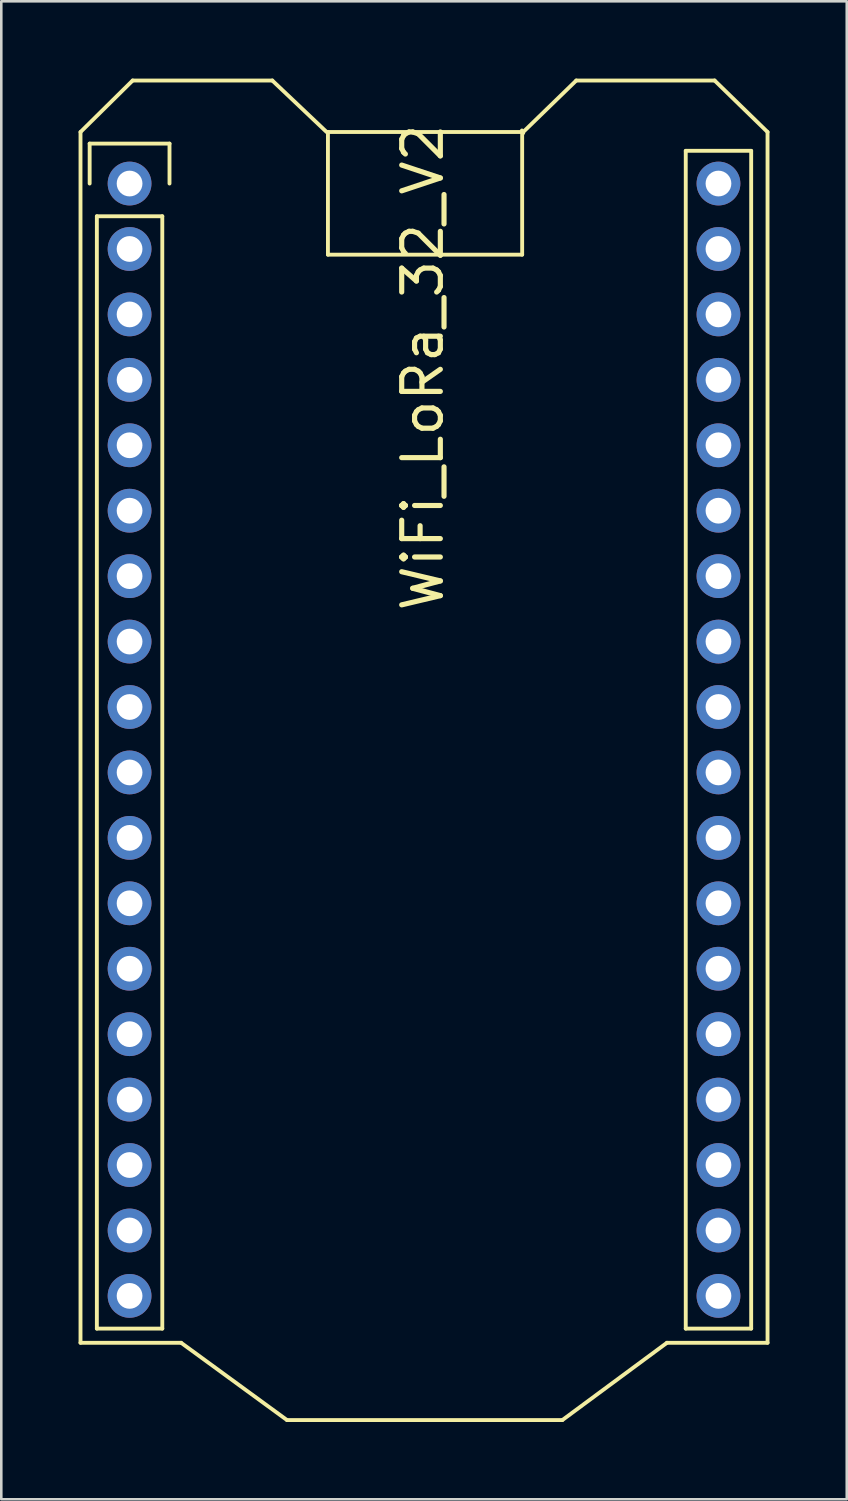
<source format=kicad_pcb>
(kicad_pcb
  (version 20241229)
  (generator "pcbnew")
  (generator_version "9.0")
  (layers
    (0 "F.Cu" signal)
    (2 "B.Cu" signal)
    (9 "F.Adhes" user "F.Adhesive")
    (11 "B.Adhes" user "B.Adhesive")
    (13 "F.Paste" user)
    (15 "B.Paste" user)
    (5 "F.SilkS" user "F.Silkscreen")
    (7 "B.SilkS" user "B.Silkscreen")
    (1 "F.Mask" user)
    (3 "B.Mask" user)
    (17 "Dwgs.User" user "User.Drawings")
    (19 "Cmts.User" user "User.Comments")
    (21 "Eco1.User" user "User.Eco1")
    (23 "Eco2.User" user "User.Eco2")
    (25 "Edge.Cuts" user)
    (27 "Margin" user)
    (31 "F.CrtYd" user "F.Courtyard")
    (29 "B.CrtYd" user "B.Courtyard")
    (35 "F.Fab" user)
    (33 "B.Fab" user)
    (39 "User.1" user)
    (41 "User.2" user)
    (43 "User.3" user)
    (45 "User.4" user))
  (footprint "WiFi_LoRa_32_V2"
    (layer "F.Cu")
    (at 1.98 4.075)
    (property "Reference" "WiFi_LoRa_32_V2" (at 11.38 7.14 270) (layer "F.SilkS") (effects (font (size 1.5 1.5) (thickness 0.2))))
    (attr through_hole)
    (fp_line (start -1.905 45) (end -1.905 -2) (stroke (width 0.15) (type solid)) (layer "F.SilkS"))
    (fp_line (start -1.55 -1.55) (end 1.55 -1.55) (stroke (width 0.15) (type solid)) (layer "F.SilkS"))
    (fp_line (start -1.55 0) (end -1.55 -1.55) (stroke (width 0.15) (type solid)) (layer "F.SilkS"))
    (fp_line (start -1.27 1.27) (end -1.27 44.45) (stroke (width 0.15) (type solid)) (layer "F.SilkS"))
    (fp_line (start -1.27 44.45) (end 1.27 44.45) (stroke (width 0.15) (type solid)) (layer "F.SilkS"))
    (fp_line (start 0.12 -4) (end -1.905 -2) (stroke (width 0.15) (type solid)) (layer "F.SilkS"))
    (fp_line (start 0.12 -4) (end 5.54 -4) (stroke (width 0.15) (type solid)) (layer "F.SilkS"))
    (fp_line (start 1.27 1.27) (end -1.27 1.27) (stroke (width 0.15) (type solid)) (layer "F.SilkS"))
    (fp_line (start 1.27 44.45) (end 1.27 1.27) (stroke (width 0.15) (type solid)) (layer "F.SilkS"))
    (fp_line (start 1.55 -1.55) (end 1.55 0) (stroke (width 0.15) (type solid)) (layer "F.SilkS"))
    (fp_line (start 2 45) (end -1.905 45) (stroke (width 0.15) (type solid)) (layer "F.SilkS"))
    (fp_line (start 6.11 48) (end 2 45) (stroke (width 0.15) (type solid)) (layer "F.SilkS"))
    (fp_line (start 6.11 48) (end 16.8 48) (stroke (width 0.15) (type solid)) (layer "F.SilkS"))
    (fp_line (start 7.65 -2) (end 5.54 -4) (stroke (width 0.15) (type solid)) (layer "F.SilkS"))
    (fp_line (start 7.7 -2) (end 15.24 -2) (stroke (width 0.15) (type solid)) (layer "F.SilkS"))
    (fp_line (start 7.7 2.76) (end 7.7 -2) (stroke (width 0.15) (type solid)) (layer "F.SilkS"))
    (fp_line (start 7.7 2.76) (end 15.24 2.76) (stroke (width 0.15) (type solid)) (layer "F.SilkS"))
    (fp_line (start 15.24 -2) (end 15.24 2.76) (stroke (width 0.15) (type solid)) (layer "F.SilkS"))
    (fp_line (start 15.28 -1.96) (end 15.23 -2.06) (stroke (width 0.15) (type solid)) (layer "F.SilkS"))
    (fp_line (start 17.34 -4) (end 15.28 -2) (stroke (width 0.15) (type solid)) (layer "F.SilkS"))
    (fp_line (start 17.34 -4) (end 22.71 -4) (stroke (width 0.15) (type solid)) (layer "F.SilkS"))
    (fp_line (start 20.86 45) (end 16.8 48) (stroke (width 0.15) (type solid)) (layer "F.SilkS"))
    (fp_line (start 21.59 -1.27) (end 21.59 44.45) (stroke (width 0.15) (type solid)) (layer "F.SilkS"))
    (fp_line (start 21.59 44.45) (end 24.13 44.45) (stroke (width 0.15) (type solid)) (layer "F.SilkS"))
    (fp_line (start 24.13 -1.27) (end 21.59 -1.27) (stroke (width 0.15) (type solid)) (layer "F.SilkS"))
    (fp_line (start 24.13 44.45) (end 24.13 -1.27) (stroke (width 0.15) (type solid)) (layer "F.SilkS"))
    (fp_line (start 24.765 -2) (end 22.71 -4) (stroke (width 0.15) (type solid)) (layer "F.SilkS"))
    (fp_line (start 24.765 -2) (end 24.765 45) (stroke (width 0.15) (type solid)) (layer "F.SilkS"))
    (fp_line (start 24.765 45) (end 20.86 45) (stroke (width 0.15) (type solid)) (layer "F.SilkS"))
    (pad "1" thru_hole circle (at 0 0) (size 1.7 1.7) (drill 1) (layers "*.Cu" "*.Mask"))
    (pad "2" thru_hole circle (at 0 2.54) (size 1.7 1.7) (drill 1) (layers "*.Cu" "*.Mask"))
    (pad "3" thru_hole circle (at 0 5.08) (size 1.7 1.7) (drill 1) (layers "*.Cu" "*.Mask"))
    (pad "4" thru_hole circle (at 0 7.62) (size 1.7 1.7) (drill 1) (layers "*.Cu" "*.Mask"))
    (pad "5" thru_hole circle (at 0 10.16) (size 1.7 1.7) (drill 1) (layers "*.Cu" "*.Mask"))
    (pad "6" thru_hole circle (at 0 12.7) (size 1.7 1.7) (drill 1) (layers "*.Cu" "*.Mask"))
    (pad "7" thru_hole circle (at 0 15.24) (size 1.7 1.7) (drill 1) (layers "*.Cu" "*.Mask"))
    (pad "8" thru_hole circle (at 0 17.78) (size 1.7 1.7) (drill 1) (layers "*.Cu" "*.Mask"))
    (pad "9" thru_hole circle (at 0 20.32) (size 1.7 1.7) (drill 1) (layers "*.Cu" "*.Mask"))
    (pad "10" thru_hole circle (at 0 22.86) (size 1.7 1.7) (drill 1) (layers "*.Cu" "*.Mask"))
    (pad "11" thru_hole circle (at 0 25.4) (size 1.7 1.7) (drill 1) (layers "*.Cu" "*.Mask"))
    (pad "12" thru_hole circle (at 0 27.94) (size 1.7 1.7) (drill 1) (layers "*.Cu" "*.Mask"))
    (pad "13" thru_hole circle (at 0 30.48) (size 1.7 1.7) (drill 1) (layers "*.Cu" "*.Mask"))
    (pad "14" thru_hole circle (at 0 33.02) (size 1.7 1.7) (drill 1) (layers "*.Cu" "*.Mask"))
    (pad "15" thru_hole circle (at 0 35.56) (size 1.7 1.7) (drill 1) (layers "*.Cu" "*.Mask"))
    (pad "16" thru_hole circle (at 0 38.1) (size 1.7 1.7) (drill 1) (layers "*.Cu" "*.Mask"))
    (pad "17" thru_hole circle (at 0 40.64) (size 1.7 1.7) (drill 1) (layers "*.Cu" "*.Mask"))
    (pad "18" thru_hole circle (at 0 43.18) (size 1.7 1.7) (drill 1) (layers "*.Cu" "*.Mask"))
    (pad "19" thru_hole circle (at 22.86 43.18) (size 1.7 1.7) (drill 1) (layers "*.Cu" "*.Mask"))
    (pad "20" thru_hole circle (at 22.86 40.64) (size 1.7 1.7) (drill 1) (layers "*.Cu" "*.Mask"))
    (pad "21" thru_hole circle (at 22.86 38.1) (size 1.7 1.7) (drill 1) (layers "*.Cu" "*.Mask"))
    (pad "22" thru_hole circle (at 22.86 35.56) (size 1.7 1.7) (drill 1) (layers "*.Cu" "*.Mask"))
    (pad "23" thru_hole circle (at 22.86 33.02) (size 1.7 1.7) (drill 1) (layers "*.Cu" "*.Mask"))
    (pad "24" thru_hole circle (at 22.86 30.48) (size 1.7 1.7) (drill 1) (layers "*.Cu" "*.Mask"))
    (pad "25" thru_hole circle (at 22.86 27.94) (size 1.7 1.7) (drill 1) (layers "*.Cu" "*.Mask"))
    (pad "26" thru_hole circle (at 22.86 25.4) (size 1.7 1.7) (drill 1) (layers "*.Cu" "*.Mask"))
    (pad "27" thru_hole circle (at 22.86 22.86) (size 1.7 1.7) (drill 1) (layers "*.Cu" "*.Mask"))
    (pad "28" thru_hole circle (at 22.86 20.32) (size 1.7 1.7) (drill 1) (layers "*.Cu" "*.Mask"))
    (pad "29" thru_hole circle (at 22.86 17.78) (size 1.7 1.7) (drill 1) (layers "*.Cu" "*.Mask"))
    (pad "30" thru_hole circle (at 22.86 15.24) (size 1.7 1.7) (drill 1) (layers "*.Cu" "*.Mask"))
    (pad "31" thru_hole circle (at 22.86 12.7) (size 1.7 1.7) (drill 1) (layers "*.Cu" "*.Mask"))
    (pad "32" thru_hole circle (at 22.86 10.16) (size 1.7 1.7) (drill 1) (layers "*.Cu" "*.Mask"))
    (pad "33" thru_hole circle (at 22.86 7.62) (size 1.7 1.7) (drill 1) (layers "*.Cu" "*.Mask"))
    (pad "34" thru_hole circle (at 22.86 5.08) (size 1.7 1.7) (drill 1) (layers "*.Cu" "*.Mask"))
    (pad "35" thru_hole circle (at 22.86 2.54) (size 1.7 1.7) (drill 1) (layers "*.Cu" "*.Mask"))
    (pad "36" thru_hole circle (at 22.86 0) (size 1.7 1.7) (drill 1) (layers "*.Cu" "*.Mask")))
  (gr_rect
    (start -3 -3)
    (end 29.82 55.15)
    (stroke (width 0.1) (type default))
    (fill no)
    (layer "Edge.Cuts")))
</source>
